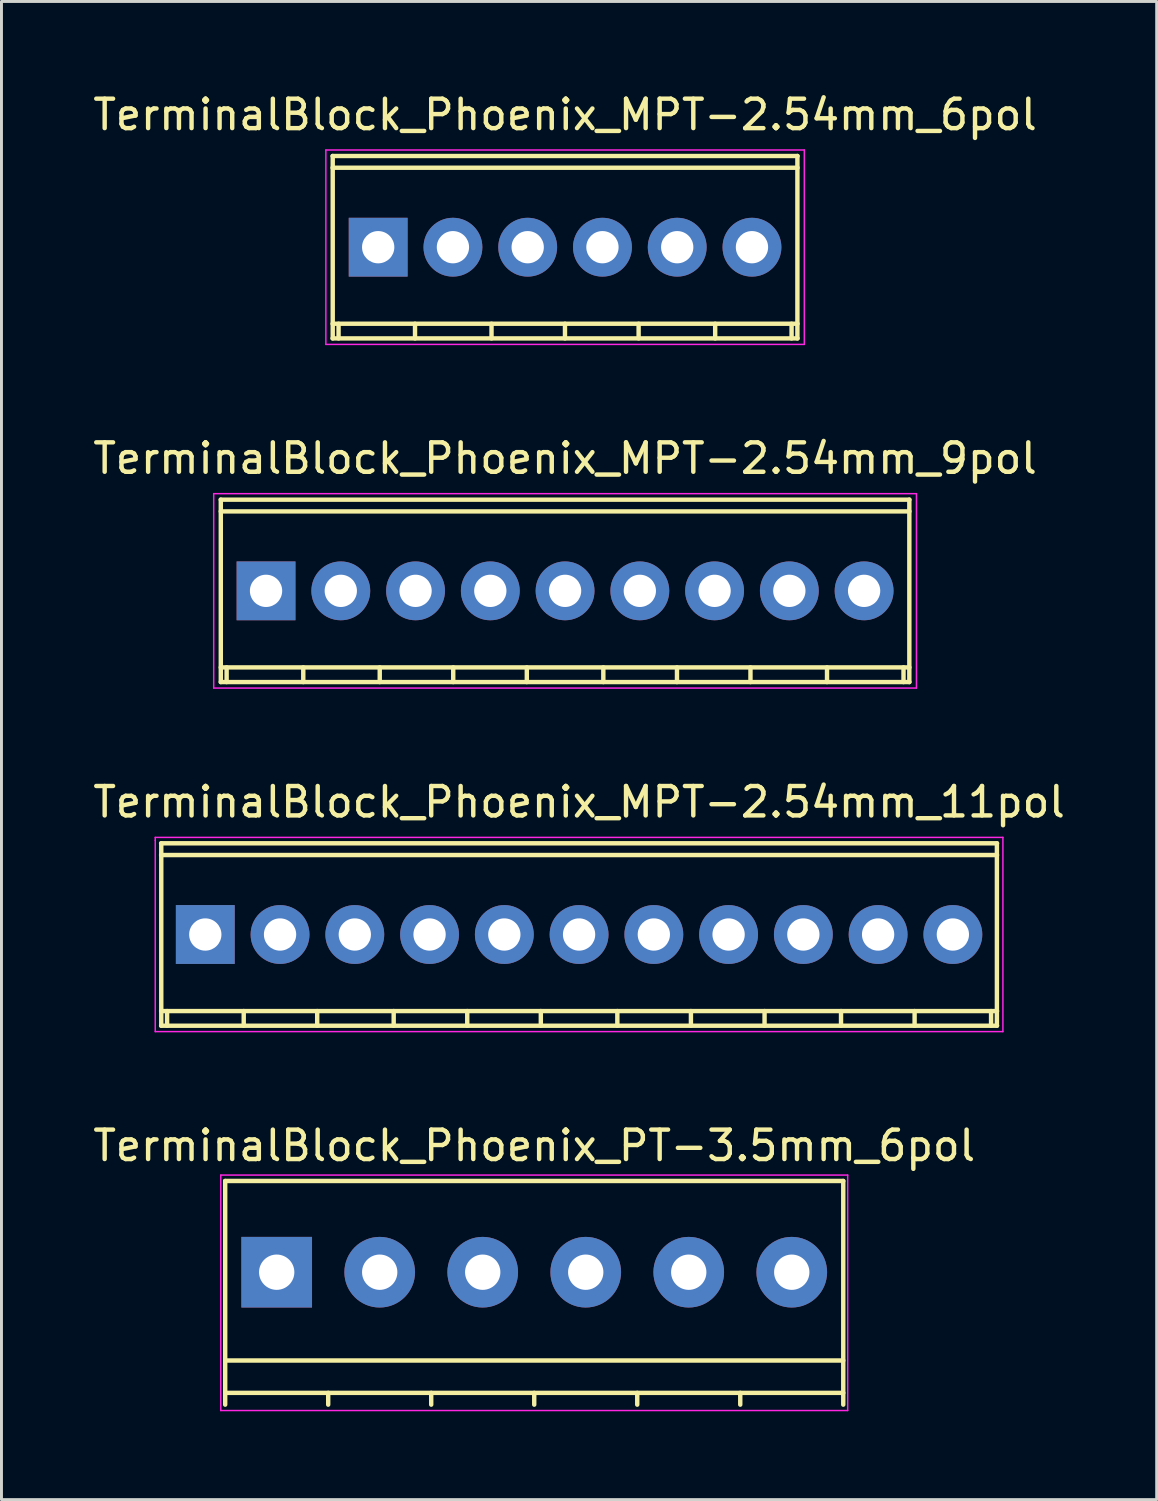
<source format=kicad_pcb>
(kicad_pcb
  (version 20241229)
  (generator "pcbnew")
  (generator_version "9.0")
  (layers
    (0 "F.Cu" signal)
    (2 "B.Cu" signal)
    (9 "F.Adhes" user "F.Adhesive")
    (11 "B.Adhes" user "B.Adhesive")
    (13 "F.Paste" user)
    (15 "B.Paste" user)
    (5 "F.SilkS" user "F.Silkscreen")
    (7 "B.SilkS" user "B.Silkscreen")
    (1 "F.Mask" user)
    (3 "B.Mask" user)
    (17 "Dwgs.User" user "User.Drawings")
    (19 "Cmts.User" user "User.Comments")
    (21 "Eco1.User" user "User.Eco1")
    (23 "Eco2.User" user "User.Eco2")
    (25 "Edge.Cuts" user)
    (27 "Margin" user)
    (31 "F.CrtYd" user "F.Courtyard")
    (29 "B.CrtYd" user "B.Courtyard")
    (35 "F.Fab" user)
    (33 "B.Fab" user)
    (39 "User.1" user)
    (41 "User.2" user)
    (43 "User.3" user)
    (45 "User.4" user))
  (footprint "TerminalBlock_Phoenix_MPT-2.54mm_11pol"
    (layer "F.Cu")
    (at 3.925 28.701)
    (property "Reference" "TerminalBlock_Phoenix_MPT-2.54mm_11pol" (at 12.7 -4.501 0) (layer "F.SilkS") (effects (font (size 1 1) (thickness 0.15))))
    (attr through_hole)
    (fp_line (start -1.501 -3.099) (end 26.901 -3.099) (stroke (width 0.15) (type solid)) (layer "F.SilkS"))
    (fp_line (start -1.501 3.099) (end 26.901 3.099) (stroke (width 0.15) (type solid)) (layer "F.SilkS"))
    (fp_line (start -1.496 -3.099) (end -1.496 3.099) (stroke (width 0.15) (type solid)) (layer "F.SilkS"))
    (fp_line (start -1.298 3.099) (end -1.298 2.601) (stroke (width 0.15) (type solid)) (layer "F.SilkS"))
    (fp_line (start 1.306 3.099) (end 1.306 2.601) (stroke (width 0.15) (type solid)) (layer "F.SilkS"))
    (fp_line (start 3.802 2.601) (end 3.802 3.099) (stroke (width 0.15) (type solid)) (layer "F.SilkS"))
    (fp_line (start 6.401 2.601) (end 6.401 3.099) (stroke (width 0.15) (type solid)) (layer "F.SilkS"))
    (fp_line (start 8.9 2.601) (end 8.9 3.099) (stroke (width 0.15) (type solid)) (layer "F.SilkS"))
    (fp_line (start 11.4 2.601) (end 11.4 3.099) (stroke (width 0.15) (type solid)) (layer "F.SilkS"))
    (fp_line (start 14 2.601) (end 14 3.099) (stroke (width 0.15) (type solid)) (layer "F.SilkS"))
    (fp_line (start 16.5 2.601) (end 16.5 3.099) (stroke (width 0.15) (type solid)) (layer "F.SilkS"))
    (fp_line (start 19.002 2.601) (end 19.002 3.099) (stroke (width 0.15) (type solid)) (layer "F.SilkS"))
    (fp_line (start 21.6 2.601) (end 21.6 3.099) (stroke (width 0.15) (type solid)) (layer "F.SilkS"))
    (fp_line (start 24.1 2.601) (end 24.1 3.099) (stroke (width 0.15) (type solid)) (layer "F.SilkS"))
    (fp_line (start 26.698 2.601) (end 26.698 3.099) (stroke (width 0.15) (type solid)) (layer "F.SilkS"))
    (fp_line (start 26.896 3.099) (end 26.896 -3.099) (stroke (width 0.15) (type solid)) (layer "F.SilkS"))
    (fp_line (start 26.901 -2.7) (end -1.501 -2.7) (stroke (width 0.15) (type solid)) (layer "F.SilkS"))
    (fp_line (start 26.901 2.601) (end -1.501 2.601) (stroke (width 0.15) (type solid)) (layer "F.SilkS"))
    (fp_line (start -1.7 -3.3) (end 27.1 -3.3) (stroke (width 0.05) (type solid)) (layer "F.CrtYd"))
    (fp_line (start -1.7 -3.2) (end -1.7 -3.3) (stroke (width 0.05) (type solid)) (layer "F.CrtYd"))
    (fp_line (start -1.7 3.3) (end -1.7 -3.2) (stroke (width 0.05) (type solid)) (layer "F.CrtYd"))
    (fp_line (start 27.1 -3.3) (end 27.1 3.3) (stroke (width 0.05) (type solid)) (layer "F.CrtYd"))
    (fp_line (start 27.1 3.3) (end -1.7 3.3) (stroke (width 0.05) (type solid)) (layer "F.CrtYd"))
    (pad "1" thru_hole rect (at 0 0 180) (size 1.999 1.999) (drill 1.097) (layers "*.Cu" "*.Mask"))
    (pad "2" thru_hole oval (at 2.54 0 180) (size 1.999 1.999) (drill 1.097) (layers "*.Cu" "*.Mask"))
    (pad "3" thru_hole oval (at 5.08 0 180) (size 1.999 1.999) (drill 1.097) (layers "*.Cu" "*.Mask"))
    (pad "4" thru_hole oval (at 7.62 0 180) (size 1.999 1.999) (drill 1.097) (layers "*.Cu" "*.Mask"))
    (pad "5" thru_hole oval (at 10.16 0 180) (size 1.999 1.999) (drill 1.097) (layers "*.Cu" "*.Mask"))
    (pad "6" thru_hole oval (at 12.7 0 180) (size 1.999 1.999) (drill 1.097) (layers "*.Cu" "*.Mask"))
    (pad "7" thru_hole oval (at 15.24 0 180) (size 1.999 1.999) (drill 1.097) (layers "*.Cu" "*.Mask"))
    (pad "8" thru_hole oval (at 17.78 0 180) (size 1.999 1.999) (drill 1.097) (layers "*.Cu" "*.Mask"))
    (pad "9" thru_hole oval (at 20.32 0 180) (size 1.999 1.999) (drill 1.097) (layers "*.Cu" "*.Mask"))
    (pad "10" thru_hole oval (at 22.86 0 180) (size 1.999 1.999) (drill 1.097) (layers "*.Cu" "*.Mask"))
    (pad "11" thru_hole oval (at 25.4 0 180) (size 1.999 1.999) (drill 1.097) (layers "*.Cu" "*.Mask")))
  (footprint "TerminalBlock_Phoenix_PT-3.5mm_6pol"
    (layer "F.Cu")
    (at 6.351 40.175)
    (property "Reference" "TerminalBlock_Phoenix_PT-3.5mm_6pol" (at 8.75 -4.3 0) (layer "F.SilkS") (effects (font (size 1 1) (thickness 0.15))))
    (attr through_hole)
    (fp_line (start -1.75 -3.1) (end -1.75 4.5) (stroke (width 0.15) (type solid)) (layer "F.SilkS"))
    (fp_line (start -1.75 3) (end 19.25 3) (stroke (width 0.15) (type solid)) (layer "F.SilkS"))
    (fp_line (start -1.75 4.1) (end 19.25 4.1) (stroke (width 0.15) (type solid)) (layer "F.SilkS"))
    (fp_line (start 1.75 4.1) (end 1.75 4.5) (stroke (width 0.15) (type solid)) (layer "F.SilkS"))
    (fp_line (start 5.25 4.1) (end 5.25 4.5) (stroke (width 0.15) (type solid)) (layer "F.SilkS"))
    (fp_line (start 8.75 4.1) (end 8.75 4.5) (stroke (width 0.15) (type solid)) (layer "F.SilkS"))
    (fp_line (start 12.25 4.1) (end 12.25 4.5) (stroke (width 0.15) (type solid)) (layer "F.SilkS"))
    (fp_line (start 15.75 4.1) (end 15.75 4.5) (stroke (width 0.15) (type solid)) (layer "F.SilkS"))
    (fp_line (start 19.25 -3.1) (end -1.75 -3.1) (stroke (width 0.15) (type solid)) (layer "F.SilkS"))
    (fp_line (start 19.25 4.5) (end 19.25 -3.1) (stroke (width 0.15) (type solid)) (layer "F.SilkS"))
    (fp_line (start -1.9 -3.3) (end 19.4 -3.3) (stroke (width 0.05) (type solid)) (layer "F.CrtYd"))
    (fp_line (start -1.9 4.7) (end -1.9 -3.3) (stroke (width 0.05) (type solid)) (layer "F.CrtYd"))
    (fp_line (start 19.4 -3.3) (end 19.4 4.7) (stroke (width 0.05) (type solid)) (layer "F.CrtYd"))
    (fp_line (start 19.4 4.7) (end -1.9 4.7) (stroke (width 0.05) (type solid)) (layer "F.CrtYd"))
    (pad "1" thru_hole rect (at 0 0) (size 2.4 2.4) (drill 1.2) (layers "*.Cu" "*.Mask"))
    (pad "2" thru_hole circle (at 3.5 0) (size 2.4 2.4) (drill 1.2) (layers "*.Cu" "*.Mask"))
    (pad "3" thru_hole circle (at 7 0) (size 2.4 2.4) (drill 1.2) (layers "*.Cu" "*.Mask"))
    (pad "4" thru_hole circle (at 10.5 0) (size 2.4 2.4) (drill 1.2) (layers "*.Cu" "*.Mask"))
    (pad "5" thru_hole circle (at 14 0) (size 2.4 2.4) (drill 1.2) (layers "*.Cu" "*.Mask"))
    (pad "6" thru_hole circle (at 17.5 0) (size 2.4 2.4) (drill 1.2) (layers "*.Cu" "*.Mask")))
  (footprint "TerminalBlock_Phoenix_MPT-2.54mm_6pol"
    (layer "F.Cu")
    (at 9.799 5.349)
    (property "Reference" "TerminalBlock_Phoenix_MPT-2.54mm_6pol" (at 6.35 -4.501 0) (layer "F.SilkS") (effects (font (size 1 1) (thickness 0.15))))
    (attr through_hole)
    (fp_line (start -1.549 3.099) (end 14.249 3.099) (stroke (width 0.15) (type solid)) (layer "F.SilkS"))
    (fp_line (start -1.544 -3.099) (end -1.544 3.099) (stroke (width 0.15) (type solid)) (layer "F.SilkS"))
    (fp_line (start -1.346 3.099) (end -1.346 2.601) (stroke (width 0.15) (type solid)) (layer "F.SilkS"))
    (fp_line (start 1.252 3.099) (end 1.252 2.601) (stroke (width 0.15) (type solid)) (layer "F.SilkS"))
    (fp_line (start 3.851 2.601) (end 3.851 3.099) (stroke (width 0.15) (type solid)) (layer "F.SilkS"))
    (fp_line (start 6.347 2.601) (end 6.347 3.099) (stroke (width 0.15) (type solid)) (layer "F.SilkS"))
    (fp_line (start 8.849 2.601) (end 8.849 3.099) (stroke (width 0.15) (type solid)) (layer "F.SilkS"))
    (fp_line (start 11.45 2.601) (end 11.45 3.099) (stroke (width 0.15) (type solid)) (layer "F.SilkS"))
    (fp_line (start 14.046 2.601) (end 14.046 3.099) (stroke (width 0.15) (type solid)) (layer "F.SilkS"))
    (fp_line (start 14.244 3.099) (end 14.244 -3.099) (stroke (width 0.15) (type solid)) (layer "F.SilkS"))
    (fp_line (start 14.249 -3.099) (end -1.549 -3.099) (stroke (width 0.15) (type solid)) (layer "F.SilkS"))
    (fp_line (start 14.249 -2.7) (end -1.549 -2.7) (stroke (width 0.15) (type solid)) (layer "F.SilkS"))
    (fp_line (start 14.249 2.601) (end -1.549 2.601) (stroke (width 0.15) (type solid)) (layer "F.SilkS"))
    (fp_line (start -1.778 -3.302) (end 14.478 -3.302) (stroke (width 0.05) (type solid)) (layer "F.CrtYd"))
    (fp_line (start -1.778 3.302) (end -1.778 -3.302) (stroke (width 0.05) (type solid)) (layer "F.CrtYd"))
    (fp_line (start 14.478 -3.302) (end 14.478 3.302) (stroke (width 0.05) (type solid)) (layer "F.CrtYd"))
    (fp_line (start 14.478 3.302) (end -1.778 3.302) (stroke (width 0.05) (type solid)) (layer "F.CrtYd"))
    (pad "1" thru_hole rect (at 0 0 180) (size 1.999 1.999) (drill 1.097) (layers "*.Cu" "*.Mask"))
    (pad "2" thru_hole oval (at 2.54 0 180) (size 1.999 1.999) (drill 1.097) (layers "*.Cu" "*.Mask"))
    (pad "3" thru_hole oval (at 5.08 0 180) (size 1.999 1.999) (drill 1.097) (layers "*.Cu" "*.Mask"))
    (pad "4" thru_hole oval (at 7.62 0 180) (size 1.999 1.999) (drill 1.097) (layers "*.Cu" "*.Mask"))
    (pad "5" thru_hole oval (at 10.16 0 180) (size 1.999 1.999) (drill 1.097) (layers "*.Cu" "*.Mask"))
    (pad "6" thru_hole oval (at 12.7 0 180) (size 1.999 1.999) (drill 1.097) (layers "*.Cu" "*.Mask")))
  (footprint "TerminalBlock_Phoenix_MPT-2.54mm_9pol"
    (layer "F.Cu")
    (at 5.989 17.025)
    (property "Reference" "TerminalBlock_Phoenix_MPT-2.54mm_9pol" (at 10.16 -4.501 0) (layer "F.SilkS") (effects (font (size 1 1) (thickness 0.15))))
    (attr through_hole)
    (fp_line (start -1.539 -2.7) (end 21.859 -2.7) (stroke (width 0.15) (type solid)) (layer "F.SilkS"))
    (fp_line (start -1.539 3.099) (end 21.859 3.099) (stroke (width 0.15) (type solid)) (layer "F.SilkS"))
    (fp_line (start -1.537 -3.099) (end -1.537 3.099) (stroke (width 0.15) (type solid)) (layer "F.SilkS"))
    (fp_line (start -1.339 3.099) (end -1.339 2.601) (stroke (width 0.15) (type solid)) (layer "F.SilkS"))
    (fp_line (start 1.265 3.099) (end 1.265 2.601) (stroke (width 0.15) (type solid)) (layer "F.SilkS"))
    (fp_line (start 3.863 2.601) (end 3.863 3.099) (stroke (width 0.15) (type solid)) (layer "F.SilkS"))
    (fp_line (start 6.36 2.601) (end 6.36 3.099) (stroke (width 0.15) (type solid)) (layer "F.SilkS"))
    (fp_line (start 8.86 2.601) (end 8.86 3.099) (stroke (width 0.15) (type solid)) (layer "F.SilkS"))
    (fp_line (start 11.46 2.601) (end 11.46 3.099) (stroke (width 0.15) (type solid)) (layer "F.SilkS"))
    (fp_line (start 13.962 2.601) (end 13.962 3.099) (stroke (width 0.15) (type solid)) (layer "F.SilkS"))
    (fp_line (start 16.459 2.601) (end 16.459 3.099) (stroke (width 0.15) (type solid)) (layer "F.SilkS"))
    (fp_line (start 19.06 2.601) (end 19.06 3.099) (stroke (width 0.15) (type solid)) (layer "F.SilkS"))
    (fp_line (start 21.659 2.601) (end 21.659 3.099) (stroke (width 0.15) (type solid)) (layer "F.SilkS"))
    (fp_line (start 21.857 3.099) (end 21.857 -3.099) (stroke (width 0.15) (type solid)) (layer "F.SilkS"))
    (fp_line (start 21.859 -3.099) (end -1.539 -3.099) (stroke (width 0.15) (type solid)) (layer "F.SilkS"))
    (fp_line (start 21.859 2.601) (end -1.539 2.601) (stroke (width 0.15) (type solid)) (layer "F.SilkS"))
    (fp_line (start -1.778 -3.302) (end 22.098 -3.302) (stroke (width 0.05) (type solid)) (layer "F.CrtYd"))
    (fp_line (start -1.778 3.302) (end -1.778 -3.302) (stroke (width 0.05) (type solid)) (layer "F.CrtYd"))
    (fp_line (start 22.098 -3.302) (end 22.098 3.302) (stroke (width 0.05) (type solid)) (layer "F.CrtYd"))
    (fp_line (start 22.098 3.302) (end -1.778 3.302) (stroke (width 0.05) (type solid)) (layer "F.CrtYd"))
    (pad "1" thru_hole rect (at 0 0 180) (size 1.999 1.999) (drill 1.097) (layers "*.Cu" "*.Mask"))
    (pad "2" thru_hole oval (at 2.54 0 180) (size 1.999 1.999) (drill 1.097) (layers "*.Cu" "*.Mask"))
    (pad "3" thru_hole oval (at 5.08 0 180) (size 1.999 1.999) (drill 1.097) (layers "*.Cu" "*.Mask"))
    (pad "4" thru_hole oval (at 7.62 0 180) (size 1.999 1.999) (drill 1.097) (layers "*.Cu" "*.Mask"))
    (pad "5" thru_hole oval (at 10.16 0 180) (size 1.999 1.999) (drill 1.097) (layers "*.Cu" "*.Mask"))
    (pad "6" thru_hole oval (at 12.7 0 180) (size 1.999 1.999) (drill 1.097) (layers "*.Cu" "*.Mask"))
    (pad "7" thru_hole oval (at 15.24 0 180) (size 1.999 1.999) (drill 1.097) (layers "*.Cu" "*.Mask"))
    (pad "8" thru_hole oval (at 17.78 0 180) (size 1.999 1.999) (drill 1.097) (layers "*.Cu" "*.Mask"))
    (pad "9" thru_hole oval (at 20.32 0 180) (size 1.999 1.999) (drill 1.097) (layers "*.Cu" "*.Mask")))
  (gr_rect
    (start -3 -3)
    (end 36.25 47.9)
    (stroke (width 0.1) (type default))
    (fill no)
    (layer "Edge.Cuts")))
</source>
